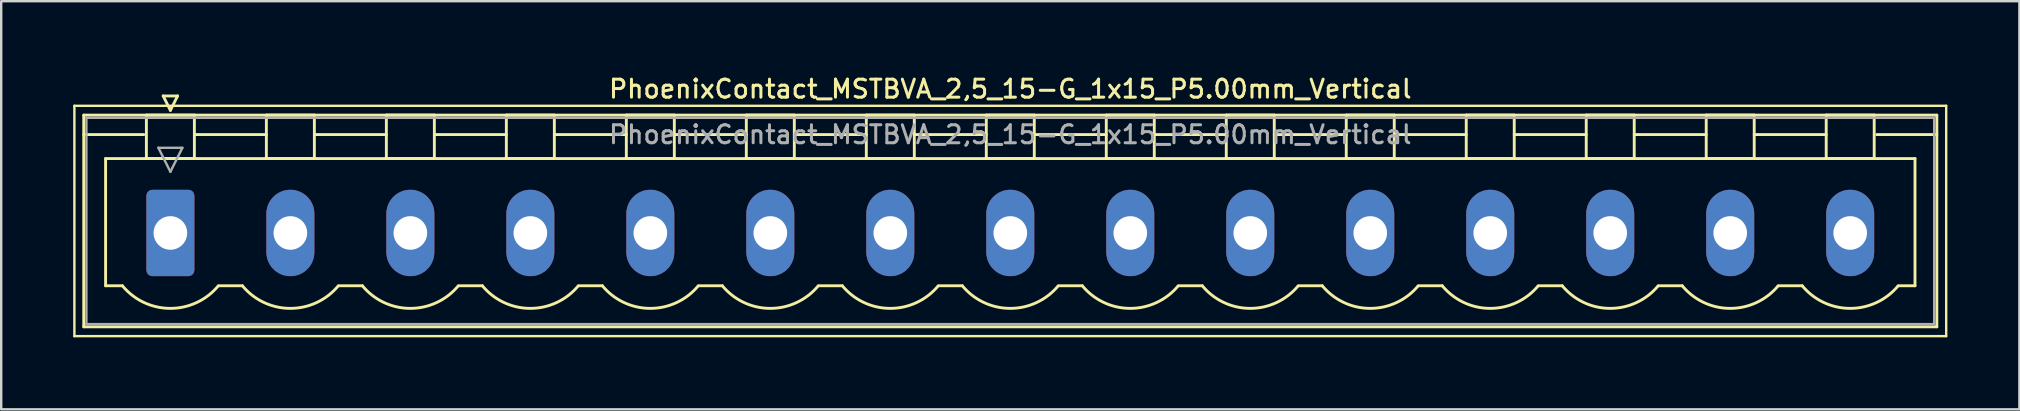
<source format=kicad_pcb>
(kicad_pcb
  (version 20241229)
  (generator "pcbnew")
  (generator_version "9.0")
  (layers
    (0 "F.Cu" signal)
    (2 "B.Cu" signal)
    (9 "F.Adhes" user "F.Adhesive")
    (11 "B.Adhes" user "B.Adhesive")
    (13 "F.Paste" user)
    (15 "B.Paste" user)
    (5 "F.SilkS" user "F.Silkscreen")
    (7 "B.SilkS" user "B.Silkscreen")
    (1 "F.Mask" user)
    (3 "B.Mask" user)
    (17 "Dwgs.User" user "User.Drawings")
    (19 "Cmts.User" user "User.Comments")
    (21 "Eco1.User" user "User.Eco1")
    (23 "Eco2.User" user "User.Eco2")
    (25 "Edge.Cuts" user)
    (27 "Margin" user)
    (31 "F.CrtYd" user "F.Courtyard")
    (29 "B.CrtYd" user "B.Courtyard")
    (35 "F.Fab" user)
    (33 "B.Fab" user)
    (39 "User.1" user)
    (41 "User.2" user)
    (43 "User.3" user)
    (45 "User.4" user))
  (footprint "PhoenixContact_MSTBVA_2,5_15-G_1x15_P5.00mm_Vertical"
    (layer "F.Cu")
    (at 4.05 6.658)
    (property "Reference" "PhoenixContact_MSTBVA_2,5_15-G_1x15_P5.00mm_Vertical" (at 35 -6 0) (layer "F.SilkS") (effects (font (size 0.75 0.75) (thickness 0.125))))
    (attr through_hole)
    (fp_line (start -4 -5.3) (end -4 4.3) (stroke (width 0.1) (type solid)) (layer "F.SilkS"))
    (fp_line (start -4 4.3) (end 74 4.3) (stroke (width 0.1) (type solid)) (layer "F.SilkS"))
    (fp_line (start -3.61 -4.91) (end -3.61 3.91) (stroke (width 0.12) (type solid)) (layer "F.SilkS"))
    (fp_line (start -3.61 -4.1) (end -1.11 -4.1) (stroke (width 0.12) (type solid)) (layer "F.SilkS"))
    (fp_line (start -3.61 3.91) (end 73.61 3.91) (stroke (width 0.12) (type solid)) (layer "F.SilkS"))
    (fp_line (start -2.7 -3.1) (end 72.7 -3.1) (stroke (width 0.12) (type solid)) (layer "F.SilkS"))
    (fp_line (start -2.7 2.2) (end -2.7 -3.1) (stroke (width 0.12) (type solid)) (layer "F.SilkS"))
    (fp_line (start -2 2.2) (end -2.7 2.2) (stroke (width 0.12) (type solid)) (layer "F.SilkS"))
    (fp_line (start -1 -4.91) (end 1 -4.91) (stroke (width 0.12) (type solid)) (layer "F.SilkS"))
    (fp_line (start -1 -3.1) (end -1 -4.91) (stroke (width 0.12) (type solid)) (layer "F.SilkS"))
    (fp_line (start -0.3 -5.71) (end 0.3 -5.71) (stroke (width 0.12) (type solid)) (layer "F.SilkS"))
    (fp_line (start 0 -5.11) (end -0.3 -5.71) (stroke (width 0.12) (type solid)) (layer "F.SilkS"))
    (fp_line (start 0.3 -5.71) (end 0 -5.11) (stroke (width 0.12) (type solid)) (layer "F.SilkS"))
    (fp_line (start 1 -4.91) (end 1 -3.1) (stroke (width 0.12) (type solid)) (layer "F.SilkS"))
    (fp_line (start 1 -4.1) (end 4 -4.1) (stroke (width 0.12) (type solid)) (layer "F.SilkS"))
    (fp_line (start 1 -3.1) (end -1 -3.1) (stroke (width 0.12) (type solid)) (layer "F.SilkS"))
    (fp_line (start 2 2.2) (end 3 2.2) (stroke (width 0.12) (type solid)) (layer "F.SilkS"))
    (fp_line (start 4 -4.91) (end 6 -4.91) (stroke (width 0.12) (type solid)) (layer "F.SilkS"))
    (fp_line (start 4 -3.1) (end 4 -4.91) (stroke (width 0.12) (type solid)) (layer "F.SilkS"))
    (fp_line (start 6 -4.91) (end 6 -3.1) (stroke (width 0.12) (type solid)) (layer "F.SilkS"))
    (fp_line (start 6 -4.1) (end 9 -4.1) (stroke (width 0.12) (type solid)) (layer "F.SilkS"))
    (fp_line (start 6 -3.1) (end 4 -3.1) (stroke (width 0.12) (type solid)) (layer "F.SilkS"))
    (fp_line (start 7 2.2) (end 8 2.2) (stroke (width 0.12) (type solid)) (layer "F.SilkS"))
    (fp_line (start 9 -4.91) (end 11 -4.91) (stroke (width 0.12) (type solid)) (layer "F.SilkS"))
    (fp_line (start 9 -3.1) (end 9 -4.91) (stroke (width 0.12) (type solid)) (layer "F.SilkS"))
    (fp_line (start 11 -4.91) (end 11 -3.1) (stroke (width 0.12) (type solid)) (layer "F.SilkS"))
    (fp_line (start 11 -4.1) (end 14 -4.1) (stroke (width 0.12) (type solid)) (layer "F.SilkS"))
    (fp_line (start 11 -3.1) (end 9 -3.1) (stroke (width 0.12) (type solid)) (layer "F.SilkS"))
    (fp_line (start 12 2.2) (end 13 2.2) (stroke (width 0.12) (type solid)) (layer "F.SilkS"))
    (fp_line (start 14 -4.91) (end 16 -4.91) (stroke (width 0.12) (type solid)) (layer "F.SilkS"))
    (fp_line (start 14 -3.1) (end 14 -4.91) (stroke (width 0.12) (type solid)) (layer "F.SilkS"))
    (fp_line (start 16 -4.91) (end 16 -3.1) (stroke (width 0.12) (type solid)) (layer "F.SilkS"))
    (fp_line (start 16 -4.1) (end 19 -4.1) (stroke (width 0.12) (type solid)) (layer "F.SilkS"))
    (fp_line (start 16 -3.1) (end 14 -3.1) (stroke (width 0.12) (type solid)) (layer "F.SilkS"))
    (fp_line (start 17 2.2) (end 18 2.2) (stroke (width 0.12) (type solid)) (layer "F.SilkS"))
    (fp_line (start 19 -4.91) (end 21 -4.91) (stroke (width 0.12) (type solid)) (layer "F.SilkS"))
    (fp_line (start 19 -3.1) (end 19 -4.91) (stroke (width 0.12) (type solid)) (layer "F.SilkS"))
    (fp_line (start 21 -4.91) (end 21 -3.1) (stroke (width 0.12) (type solid)) (layer "F.SilkS"))
    (fp_line (start 21 -4.1) (end 24 -4.1) (stroke (width 0.12) (type solid)) (layer "F.SilkS"))
    (fp_line (start 21 -3.1) (end 19 -3.1) (stroke (width 0.12) (type solid)) (layer "F.SilkS"))
    (fp_line (start 22 2.2) (end 23 2.2) (stroke (width 0.12) (type solid)) (layer "F.SilkS"))
    (fp_line (start 24 -4.91) (end 26 -4.91) (stroke (width 0.12) (type solid)) (layer "F.SilkS"))
    (fp_line (start 24 -3.1) (end 24 -4.91) (stroke (width 0.12) (type solid)) (layer "F.SilkS"))
    (fp_line (start 26 -4.91) (end 26 -3.1) (stroke (width 0.12) (type solid)) (layer "F.SilkS"))
    (fp_line (start 26 -4.1) (end 29 -4.1) (stroke (width 0.12) (type solid)) (layer "F.SilkS"))
    (fp_line (start 26 -3.1) (end 24 -3.1) (stroke (width 0.12) (type solid)) (layer "F.SilkS"))
    (fp_line (start 27 2.2) (end 28 2.2) (stroke (width 0.12) (type solid)) (layer "F.SilkS"))
    (fp_line (start 29 -4.91) (end 31 -4.91) (stroke (width 0.12) (type solid)) (layer "F.SilkS"))
    (fp_line (start 29 -3.1) (end 29 -4.91) (stroke (width 0.12) (type solid)) (layer "F.SilkS"))
    (fp_line (start 31 -4.91) (end 31 -3.1) (stroke (width 0.12) (type solid)) (layer "F.SilkS"))
    (fp_line (start 31 -4.1) (end 34 -4.1) (stroke (width 0.12) (type solid)) (layer "F.SilkS"))
    (fp_line (start 31 -3.1) (end 29 -3.1) (stroke (width 0.12) (type solid)) (layer "F.SilkS"))
    (fp_line (start 32 2.2) (end 33 2.2) (stroke (width 0.12) (type solid)) (layer "F.SilkS"))
    (fp_line (start 34 -4.91) (end 36 -4.91) (stroke (width 0.12) (type solid)) (layer "F.SilkS"))
    (fp_line (start 34 -3.1) (end 34 -4.91) (stroke (width 0.12) (type solid)) (layer "F.SilkS"))
    (fp_line (start 36 -4.91) (end 36 -3.1) (stroke (width 0.12) (type solid)) (layer "F.SilkS"))
    (fp_line (start 36 -4.1) (end 39 -4.1) (stroke (width 0.12) (type solid)) (layer "F.SilkS"))
    (fp_line (start 36 -3.1) (end 34 -3.1) (stroke (width 0.12) (type solid)) (layer "F.SilkS"))
    (fp_line (start 37 2.2) (end 38 2.2) (stroke (width 0.12) (type solid)) (layer "F.SilkS"))
    (fp_line (start 39 -4.91) (end 41 -4.91) (stroke (width 0.12) (type solid)) (layer "F.SilkS"))
    (fp_line (start 39 -3.1) (end 39 -4.91) (stroke (width 0.12) (type solid)) (layer "F.SilkS"))
    (fp_line (start 41 -4.91) (end 41 -3.1) (stroke (width 0.12) (type solid)) (layer "F.SilkS"))
    (fp_line (start 41 -4.1) (end 44 -4.1) (stroke (width 0.12) (type solid)) (layer "F.SilkS"))
    (fp_line (start 41 -3.1) (end 39 -3.1) (stroke (width 0.12) (type solid)) (layer "F.SilkS"))
    (fp_line (start 42 2.2) (end 43 2.2) (stroke (width 0.12) (type solid)) (layer "F.SilkS"))
    (fp_line (start 44 -4.91) (end 46 -4.91) (stroke (width 0.12) (type solid)) (layer "F.SilkS"))
    (fp_line (start 44 -3.1) (end 44 -4.91) (stroke (width 0.12) (type solid)) (layer "F.SilkS"))
    (fp_line (start 46 -4.91) (end 46 -3.1) (stroke (width 0.12) (type solid)) (layer "F.SilkS"))
    (fp_line (start 46 -4.1) (end 49 -4.1) (stroke (width 0.12) (type solid)) (layer "F.SilkS"))
    (fp_line (start 46 -3.1) (end 44 -3.1) (stroke (width 0.12) (type solid)) (layer "F.SilkS"))
    (fp_line (start 47 2.2) (end 48 2.2) (stroke (width 0.12) (type solid)) (layer "F.SilkS"))
    (fp_line (start 49 -4.91) (end 51 -4.91) (stroke (width 0.12) (type solid)) (layer "F.SilkS"))
    (fp_line (start 49 -3.1) (end 49 -4.91) (stroke (width 0.12) (type solid)) (layer "F.SilkS"))
    (fp_line (start 51 -4.91) (end 51 -3.1) (stroke (width 0.12) (type solid)) (layer "F.SilkS"))
    (fp_line (start 51 -4.1) (end 54 -4.1) (stroke (width 0.12) (type solid)) (layer "F.SilkS"))
    (fp_line (start 51 -3.1) (end 49 -3.1) (stroke (width 0.12) (type solid)) (layer "F.SilkS"))
    (fp_line (start 52 2.2) (end 53 2.2) (stroke (width 0.12) (type solid)) (layer "F.SilkS"))
    (fp_line (start 54 -4.91) (end 56 -4.91) (stroke (width 0.12) (type solid)) (layer "F.SilkS"))
    (fp_line (start 54 -3.1) (end 54 -4.91) (stroke (width 0.12) (type solid)) (layer "F.SilkS"))
    (fp_line (start 56 -4.91) (end 56 -3.1) (stroke (width 0.12) (type solid)) (layer "F.SilkS"))
    (fp_line (start 56 -4.1) (end 59 -4.1) (stroke (width 0.12) (type solid)) (layer "F.SilkS"))
    (fp_line (start 56 -3.1) (end 54 -3.1) (stroke (width 0.12) (type solid)) (layer "F.SilkS"))
    (fp_line (start 57 2.2) (end 58 2.2) (stroke (width 0.12) (type solid)) (layer "F.SilkS"))
    (fp_line (start 59 -4.91) (end 61 -4.91) (stroke (width 0.12) (type solid)) (layer "F.SilkS"))
    (fp_line (start 59 -3.1) (end 59 -4.91) (stroke (width 0.12) (type solid)) (layer "F.SilkS"))
    (fp_line (start 61 -4.91) (end 61 -3.1) (stroke (width 0.12) (type solid)) (layer "F.SilkS"))
    (fp_line (start 61 -4.1) (end 64 -4.1) (stroke (width 0.12) (type solid)) (layer "F.SilkS"))
    (fp_line (start 61 -3.1) (end 59 -3.1) (stroke (width 0.12) (type solid)) (layer "F.SilkS"))
    (fp_line (start 62 2.2) (end 63 2.2) (stroke (width 0.12) (type solid)) (layer "F.SilkS"))
    (fp_line (start 64 -4.91) (end 66 -4.91) (stroke (width 0.12) (type solid)) (layer "F.SilkS"))
    (fp_line (start 64 -3.1) (end 64 -4.91) (stroke (width 0.12) (type solid)) (layer "F.SilkS"))
    (fp_line (start 66 -4.91) (end 66 -3.1) (stroke (width 0.12) (type solid)) (layer "F.SilkS"))
    (fp_line (start 66 -4.1) (end 69 -4.1) (stroke (width 0.12) (type solid)) (layer "F.SilkS"))
    (fp_line (start 66 -3.1) (end 64 -3.1) (stroke (width 0.12) (type solid)) (layer "F.SilkS"))
    (fp_line (start 67 2.2) (end 68 2.2) (stroke (width 0.12) (type solid)) (layer "F.SilkS"))
    (fp_line (start 69 -4.91) (end 71 -4.91) (stroke (width 0.12) (type solid)) (layer "F.SilkS"))
    (fp_line (start 69 -3.1) (end 69 -4.91) (stroke (width 0.12) (type solid)) (layer "F.SilkS"))
    (fp_line (start 71 -4.91) (end 71 -3.1) (stroke (width 0.12) (type solid)) (layer "F.SilkS"))
    (fp_line (start 71 -3.1) (end 69 -3.1) (stroke (width 0.12) (type solid)) (layer "F.SilkS"))
    (fp_line (start 72.7 -3.1) (end 72.7 2.2) (stroke (width 0.12) (type solid)) (layer "F.SilkS"))
    (fp_line (start 72.7 2.2) (end 72 2.2) (stroke (width 0.12) (type solid)) (layer "F.SilkS"))
    (fp_line (start 73.61 -4.91) (end -3.61 -4.91) (stroke (width 0.12) (type solid)) (layer "F.SilkS"))
    (fp_line (start 73.61 -4.1) (end 71.11 -4.1) (stroke (width 0.12) (type solid)) (layer "F.SilkS"))
    (fp_line (start 73.61 3.91) (end 73.61 -4.91) (stroke (width 0.12) (type solid)) (layer "F.SilkS"))
    (fp_line (start 74 -5.3) (end -4 -5.3) (stroke (width 0.1) (type solid)) (layer "F.SilkS"))
    (fp_line (start 74 4.3) (end 74 -5.3) (stroke (width 0.1) (type solid)) (layer "F.SilkS"))
    (fp_arc (start 1.986842 2.215821) (mid -0.010289 3.142758) (end -2 2.2) (stroke (width 0.12) (type solid)) (layer "F.SilkS"))
    (fp_arc (start 6.986842 2.215821) (mid 4.989711 3.142758) (end 3 2.2) (stroke (width 0.12) (type solid)) (layer "F.SilkS"))
    (fp_arc (start 11.986842 2.215821) (mid 9.989711 3.142758) (end 8 2.2) (stroke (width 0.12) (type solid)) (layer "F.SilkS"))
    (fp_arc (start 16.986842 2.215821) (mid 14.989711 3.142758) (end 13 2.2) (stroke (width 0.12) (type solid)) (layer "F.SilkS"))
    (fp_arc (start 21.986842 2.215821) (mid 19.989711 3.142758) (end 18 2.2) (stroke (width 0.12) (type solid)) (layer "F.SilkS"))
    (fp_arc (start 26.986842 2.215821) (mid 24.989711 3.142758) (end 23 2.2) (stroke (width 0.12) (type solid)) (layer "F.SilkS"))
    (fp_arc (start 31.986842 2.215821) (mid 29.989711 3.142758) (end 28 2.2) (stroke (width 0.12) (type solid)) (layer "F.SilkS"))
    (fp_arc (start 36.986842 2.215821) (mid 34.989711 3.142758) (end 33 2.2) (stroke (width 0.12) (type solid)) (layer "F.SilkS"))
    (fp_arc (start 41.986842 2.215821) (mid 39.989711 3.142758) (end 38 2.2) (stroke (width 0.12) (type solid)) (layer "F.SilkS"))
    (fp_arc (start 46.986842 2.215821) (mid 44.989711 3.142758) (end 43 2.2) (stroke (width 0.12) (type solid)) (layer "F.SilkS"))
    (fp_arc (start 51.986842 2.215821) (mid 49.989711 3.142758) (end 48 2.2) (stroke (width 0.12) (type solid)) (layer "F.SilkS"))
    (fp_arc (start 56.986842 2.215821) (mid 54.989711 3.142758) (end 53 2.2) (stroke (width 0.12) (type solid)) (layer "F.SilkS"))
    (fp_arc (start 61.986842 2.215821) (mid 59.989711 3.142758) (end 58 2.2) (stroke (width 0.12) (type solid)) (layer "F.SilkS"))
    (fp_arc (start 66.986842 2.215821) (mid 64.989711 3.142758) (end 63 2.2) (stroke (width 0.12) (type solid)) (layer "F.SilkS"))
    (fp_arc (start 71.986842 2.215821) (mid 69.989711 3.142758) (end 68 2.2) (stroke (width 0.12) (type solid)) (layer "F.SilkS"))
    (fp_line (start -3.5 -4.8) (end -3.5 3.8) (stroke (width 0.1) (type solid)) (layer "F.Fab"))
    (fp_line (start -3.5 3.8) (end 73.5 3.8) (stroke (width 0.1) (type solid)) (layer "F.Fab"))
    (fp_line (start -0.5 -3.55) (end 0.5 -3.55) (stroke (width 0.1) (type solid)) (layer "F.Fab"))
    (fp_line (start 0 -2.55) (end -0.5 -3.55) (stroke (width 0.1) (type solid)) (layer "F.Fab"))
    (fp_line (start 0.5 -3.55) (end 0 -2.55) (stroke (width 0.1) (type solid)) (layer "F.Fab"))
    (fp_line (start 73.5 -4.8) (end -3.5 -4.8) (stroke (width 0.1) (type solid)) (layer "F.Fab"))
    (fp_line (start 73.5 3.8) (end 73.5 -4.8) (stroke (width 0.1) (type solid)) (layer "F.Fab"))
    (fp_text user "${REFERENCE}" (at 35 -4.1 0) (layer "F.Fab") (effects (font (size 0.75 0.75) (thickness 0.125))))
    (pad "1" thru_hole roundrect (at 0 0) (size 2 3.6) (drill 1.4) (layers "*.Cu" "*.Mask") (roundrect_rratio 0.125))
    (pad "2" thru_hole oval (at 5 0) (size 2 3.6) (drill 1.4) (layers "*.Cu" "*.Mask"))
    (pad "3" thru_hole oval (at 10 0) (size 2 3.6) (drill 1.4) (layers "*.Cu" "*.Mask"))
    (pad "4" thru_hole oval (at 15 0) (size 2 3.6) (drill 1.4) (layers "*.Cu" "*.Mask"))
    (pad "5" thru_hole oval (at 20 0) (size 2 3.6) (drill 1.4) (layers "*.Cu" "*.Mask"))
    (pad "6" thru_hole oval (at 25 0) (size 2 3.6) (drill 1.4) (layers "*.Cu" "*.Mask"))
    (pad "7" thru_hole oval (at 30 0) (size 2 3.6) (drill 1.4) (layers "*.Cu" "*.Mask"))
    (pad "8" thru_hole oval (at 35 0) (size 2 3.6) (drill 1.4) (layers "*.Cu" "*.Mask"))
    (pad "9" thru_hole oval (at 40 0) (size 2 3.6) (drill 1.4) (layers "*.Cu" "*.Mask"))
    (pad "10" thru_hole oval (at 45 0) (size 2 3.6) (drill 1.4) (layers "*.Cu" "*.Mask"))
    (pad "11" thru_hole oval (at 50 0) (size 2 3.6) (drill 1.4) (layers "*.Cu" "*.Mask"))
    (pad "12" thru_hole oval (at 55 0) (size 2 3.6) (drill 1.4) (layers "*.Cu" "*.Mask"))
    (pad "13" thru_hole oval (at 60 0) (size 2 3.6) (drill 1.4) (layers "*.Cu" "*.Mask"))
    (pad "14" thru_hole oval (at 65 0) (size 2 3.6) (drill 1.4) (layers "*.Cu" "*.Mask"))
    (pad "15" thru_hole oval (at 70 0) (size 2 3.6) (drill 1.4) (layers "*.Cu" "*.Mask")))
  (gr_rect
    (start -3 -3)
    (end 81.1 14.008)
    (stroke (width 0.1) (type default))
    (fill no)
    (layer "Edge.Cuts")))
</source>
